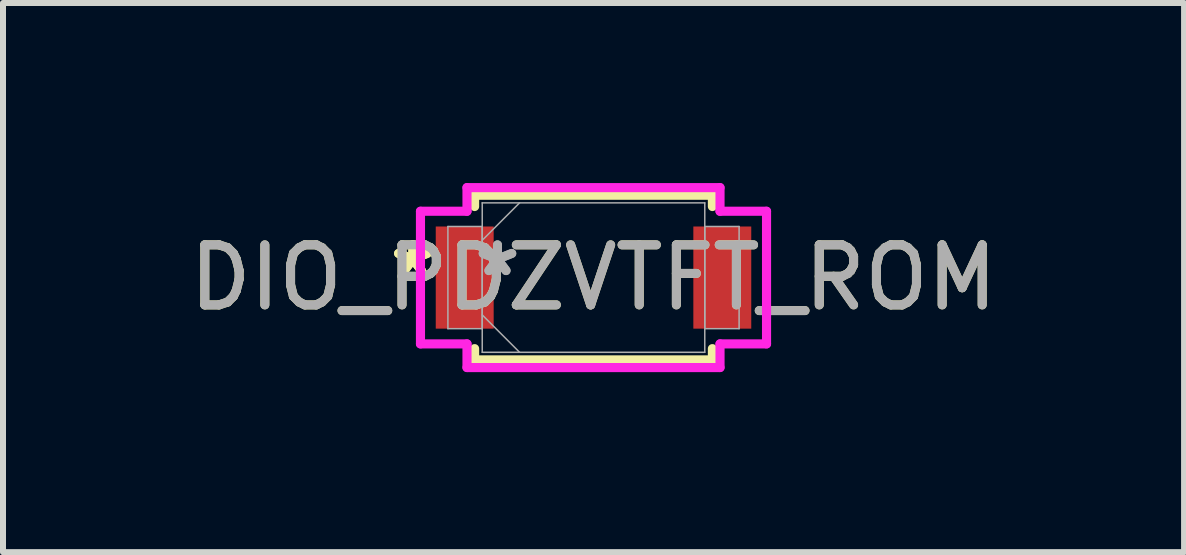
<source format=kicad_pcb>
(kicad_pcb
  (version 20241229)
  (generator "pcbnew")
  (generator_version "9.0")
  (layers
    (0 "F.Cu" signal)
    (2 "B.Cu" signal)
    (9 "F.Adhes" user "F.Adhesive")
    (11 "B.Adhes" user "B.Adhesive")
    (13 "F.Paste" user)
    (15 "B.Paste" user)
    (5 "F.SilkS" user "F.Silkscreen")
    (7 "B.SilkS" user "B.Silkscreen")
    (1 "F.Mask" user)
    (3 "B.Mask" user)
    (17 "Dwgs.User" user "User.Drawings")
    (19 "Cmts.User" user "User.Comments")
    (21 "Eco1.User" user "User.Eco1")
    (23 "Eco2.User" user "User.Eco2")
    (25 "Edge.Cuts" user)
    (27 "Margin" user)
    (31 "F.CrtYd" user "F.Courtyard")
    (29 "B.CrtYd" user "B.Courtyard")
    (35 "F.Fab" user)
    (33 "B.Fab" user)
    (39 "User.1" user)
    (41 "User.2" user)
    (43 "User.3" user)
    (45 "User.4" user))
  (footprint "DIO_PDZVTFT_ROM"
    (layer "F.Cu")
    (at 6.839 1.575)
    (property "Reference" "DIO_PDZVTFT_ROM" (at 0 0 0) (unlocked yes) (layer "F.SilkS") (effects (font (size 1 1) (thickness 0.15))))
    (attr smd)
    (fp_line (start -1.981 -1.372) (end -1.981 -1.184) (stroke (width 0.152) (type solid)) (layer "F.SilkS"))
    (fp_line (start -1.981 1.184) (end -1.981 1.372) (stroke (width 0.152) (type solid)) (layer "F.SilkS"))
    (fp_line (start -1.981 1.372) (end 1.981 1.372) (stroke (width 0.152) (type solid)) (layer "F.SilkS"))
    (fp_line (start 1.981 -1.372) (end -1.981 -1.372) (stroke (width 0.152) (type solid)) (layer "F.SilkS"))
    (fp_line (start 1.981 -1.184) (end 1.981 -1.372) (stroke (width 0.152) (type solid)) (layer "F.SilkS"))
    (fp_line (start 1.981 1.372) (end 1.981 1.184) (stroke (width 0.152) (type solid)) (layer "F.SilkS"))
    (fp_line (start -2.883 -1.105) (end -2.108 -1.105) (stroke (width 0.152) (type solid)) (layer "F.CrtYd"))
    (fp_line (start -2.883 1.105) (end -2.883 -1.105) (stroke (width 0.152) (type solid)) (layer "F.CrtYd"))
    (fp_line (start -2.108 -1.499) (end 2.108 -1.499) (stroke (width 0.152) (type solid)) (layer "F.CrtYd"))
    (fp_line (start -2.108 -1.105) (end -2.108 -1.499) (stroke (width 0.152) (type solid)) (layer "F.CrtYd"))
    (fp_line (start -2.108 1.105) (end -2.883 1.105) (stroke (width 0.152) (type solid)) (layer "F.CrtYd"))
    (fp_line (start -2.108 1.499) (end -2.108 1.105) (stroke (width 0.152) (type solid)) (layer "F.CrtYd"))
    (fp_line (start 2.108 -1.499) (end 2.108 -1.105) (stroke (width 0.152) (type solid)) (layer "F.CrtYd"))
    (fp_line (start 2.108 -1.105) (end 2.883 -1.105) (stroke (width 0.152) (type solid)) (layer "F.CrtYd"))
    (fp_line (start 2.108 1.105) (end 2.108 1.499) (stroke (width 0.152) (type solid)) (layer "F.CrtYd"))
    (fp_line (start 2.108 1.499) (end -2.108 1.499) (stroke (width 0.152) (type solid)) (layer "F.CrtYd"))
    (fp_line (start 2.883 -1.105) (end 2.883 1.105) (stroke (width 0.152) (type solid)) (layer "F.CrtYd"))
    (fp_line (start 2.883 1.105) (end 2.108 1.105) (stroke (width 0.152) (type solid)) (layer "F.CrtYd"))
    (fp_line (start -2.426 -0.851) (end -2.426 0.851) (stroke (width 0.025) (type solid)) (layer "F.Fab"))
    (fp_line (start -2.426 0.851) (end -1.854 0.851) (stroke (width 0.025) (type solid)) (layer "F.Fab"))
    (fp_line (start -1.854 -1.245) (end -1.854 1.245) (stroke (width 0.025) (type solid)) (layer "F.Fab"))
    (fp_line (start -1.854 -0.851) (end -2.426 -0.851) (stroke (width 0.025) (type solid)) (layer "F.Fab"))
    (fp_line (start -1.854 -0.622) (end -1.232 -1.245) (stroke (width 0.025) (type solid)) (layer "F.Fab"))
    (fp_line (start -1.854 0.622) (end -1.232 1.245) (stroke (width 0.025) (type solid)) (layer "F.Fab"))
    (fp_line (start -1.854 0.851) (end -1.854 -0.851) (stroke (width 0.025) (type solid)) (layer "F.Fab"))
    (fp_line (start -1.854 1.245) (end 1.854 1.245) (stroke (width 0.025) (type solid)) (layer "F.Fab"))
    (fp_line (start 1.854 -1.245) (end -1.854 -1.245) (stroke (width 0.025) (type solid)) (layer "F.Fab"))
    (fp_line (start 1.854 -0.851) (end 1.854 0.851) (stroke (width 0.025) (type solid)) (layer "F.Fab"))
    (fp_line (start 1.854 0.851) (end 2.426 0.851) (stroke (width 0.025) (type solid)) (layer "F.Fab"))
    (fp_line (start 1.854 1.245) (end 1.854 -1.245) (stroke (width 0.025) (type solid)) (layer "F.Fab"))
    (fp_line (start 2.426 -0.851) (end 1.854 -0.851) (stroke (width 0.025) (type solid)) (layer "F.Fab"))
    (fp_line (start 2.426 0.851) (end 2.426 -0.851) (stroke (width 0.025) (type solid)) (layer "F.Fab"))
    (fp_text user "*" (at -3.01 0 0) (layer "F.SilkS") (effects (font (size 1 1) (thickness 0.15))))
    (fp_text user "*" (at -3.01 0 0) (unlocked yes) (layer "F.SilkS") (effects (font (size 1 1) (thickness 0.15))))
    (fp_text user "*" (at -1.6 0 0) (unlocked yes) (layer "F.Fab") (effects (font (size 1 1) (thickness 0.15))))
    (fp_text user "*" (at -1.6 0 0) (layer "F.Fab") (effects (font (size 1 1) (thickness 0.15))))
    (fp_text user "${REFERENCE}" (at 0 0 0) (unlocked yes) (layer "F.Fab") (effects (font (size 1 1) (thickness 0.15))))
    (pad "1" smd rect (at -2.146 0) (size 0.965 1.702) (layers "F.Cu" "F.Mask" "F.Paste"))
    (pad "2" smd rect (at 2.146 0) (size 0.965 1.702) (layers "F.Cu" "F.Mask" "F.Paste"))
    (zone (net_name "") (layer "F.Cu") (hatch full 0.508) (connect_pads) (min_thickness 0.254) (filled_areas_thickness no) (keepout (tracks not_allowed) (vias not_allowed) (pads allowed) (copperpour not_allowed) (footprints allowed)) (placement (enabled no)) (fill) (polygon (pts (xy 5.226 0.381) (xy 8.452 0.381) (xy 8.452 2.769) (xy 5.226 2.769)))))
  (gr_rect
    (start -3 -3)
    (end 16.679 6.15)
    (stroke (width 0.1) (type default))
    (fill no)
    (layer "Edge.Cuts")))
</source>
